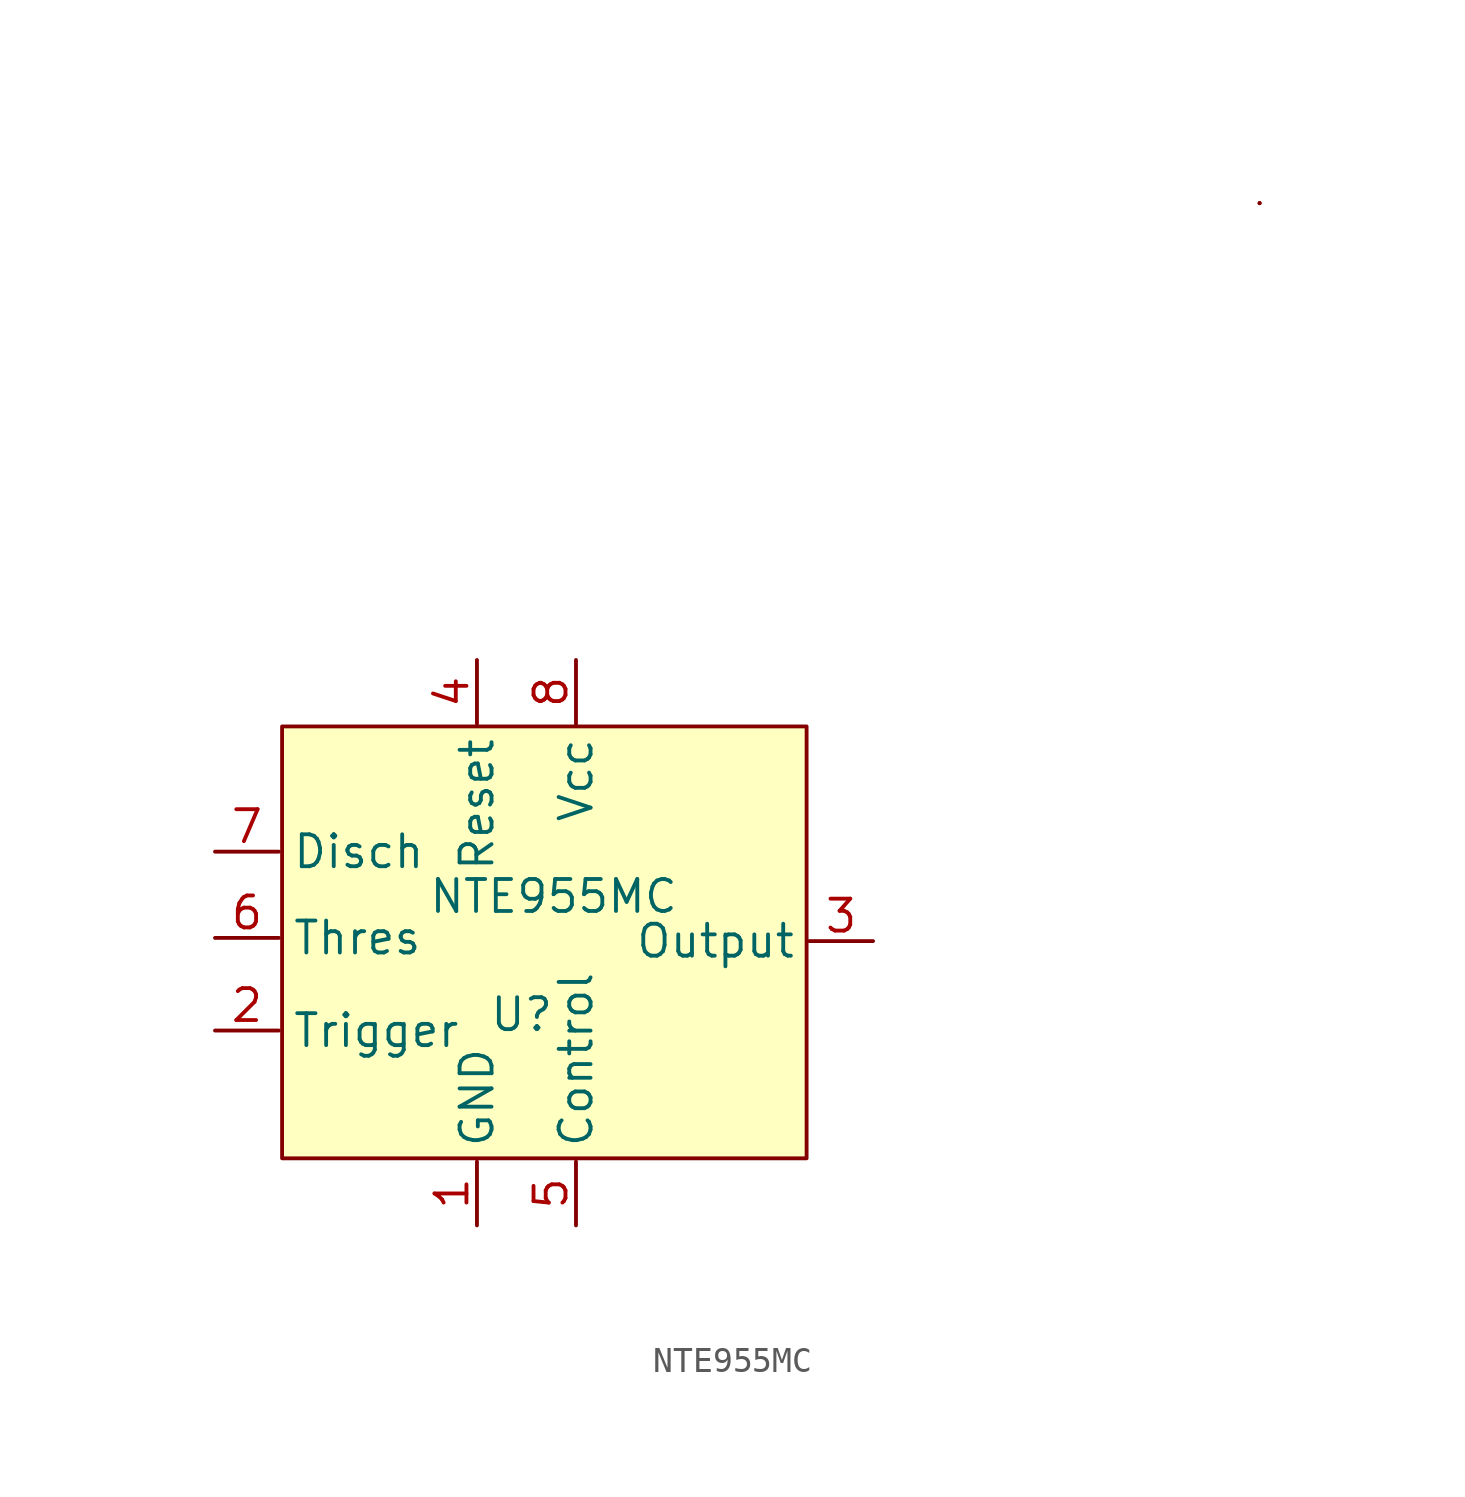
<source format=kicad_sym>
(kicad_symbol_lib
  (version 20211014)
  (generator kicad_symbol_editor)
  (symbol "NTE955MC"
    (property "Reference" "U"
      (at -0.127 -3.048 0)
      (effects (font (size 1.27 1.27))))
    (property "Value" "NTE955MC"
      (at 1.143 1.651 0)
      (effects (font (size 1.27 1.27))))
    (symbol "NTE955MC_0_0"
      (pin passive line (at -12.319 3.429 0) (length 2.54) (name "Disch" (effects (font (size 1.27 1.27)))) (number "7" (effects (font (size 1.27 1.27)))))
      (pin passive line (at 2.032 11.049 270) (length 2.54) (name "Vcc" (effects (font (size 1.27 1.27)))) (number "8" (effects (font (size 1.27 1.27))))))
    (symbol "NTE955MC_0_1"
      (rectangle (start -9.652 8.407) (end 11.201 -8.763) (stroke (width 0) (type default) (color 0 0 0 0)) (fill (type background)))
      (rectangle (start 29.21 29.21) (end 29.21 29.21) (stroke (width 0) (type default) (color 0 0 0 0)) (fill (type none)))
      (rectangle (start 29.21 29.21) (end 29.21 29.21) (stroke (width 0) (type default) (color 0 0 0 0)) (fill (type none)))
      (rectangle (start 29.21 29.21) (end 29.21 29.21) (stroke (width 0) (type default) (color 0 0 0 0)) (fill (type none))))
    (symbol "NTE955MC_1_1"
      (pin passive line (at -1.905 -11.43 90) (length 2.54) (name "GND" (effects (font (size 1.27 1.27)))) (number "1" (effects (font (size 1.27 1.27)))))
      (pin passive line (at -12.319 -3.683 0) (length 2.54) (name "Trigger" (effects (font (size 1.27 1.27)))) (number "2" (effects (font (size 1.27 1.27)))))
      (pin passive line (at 13.843 -0.127 180) (length 2.54) (name "Output" (effects (font (size 1.27 1.27)))) (number "3" (effects (font (size 1.27 1.27)))))
      (pin passive line (at -1.905 11.049 270) (length 2.54) (name "Reset" (effects (font (size 1.27 1.27)))) (number "4" (effects (font (size 1.27 1.27)))))
      (pin passive line (at 2.032 -11.43 90) (length 2.54) (name "Control" (effects (font (size 1.27 1.27)))) (number "5" (effects (font (size 1.27 1.27)))))
      (pin passive line (at -12.319 0 0) (length 2.54) (name "Thres" (effects (font (size 1.27 1.27)))) (number "6" (effects (font (size 1.27 1.27))))))))
</source>
